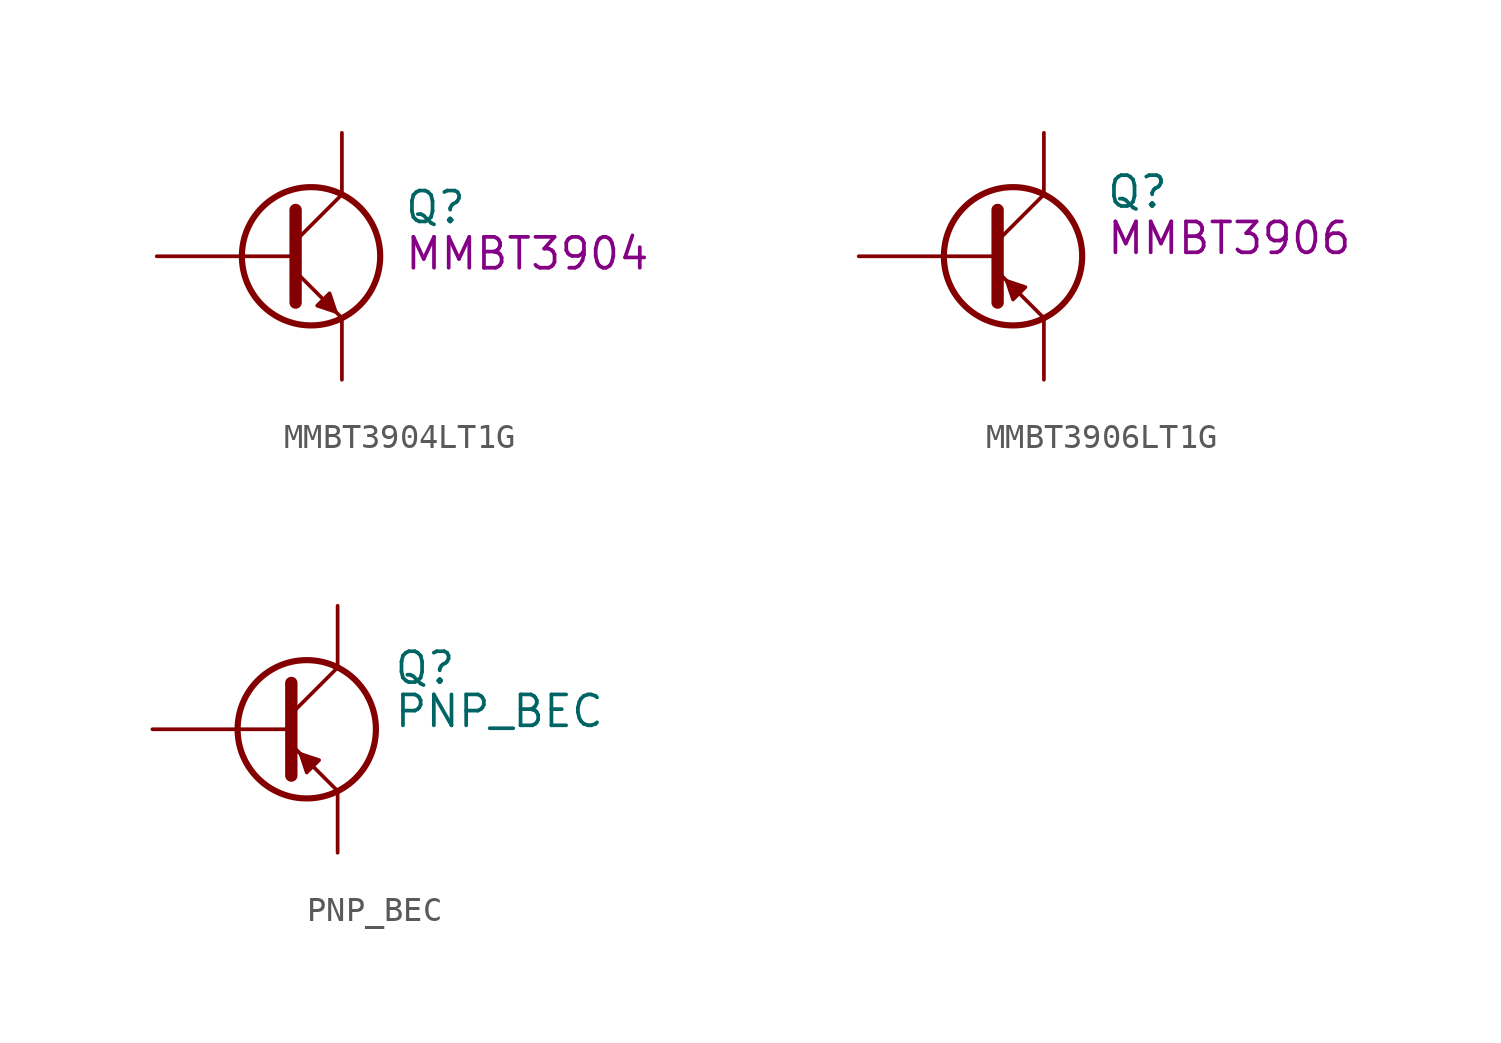
<source format=kicad_sym>
(kicad_symbol_lib
  (version 20220914)
  (generator kicad_symbol_editor)
  (symbol "MMBT3904LT1G"
    (pin_numbers hide)
    (pin_names
      (offset 1.016))
    (property "Reference" "Q"
      (at 5.08 1.27 0)
      (effects (font (size 1.27 1.27)) (justify left bottom)))
    (property "Base Part Number" "MMBT3904"
      (at 5.08 -0.635 0)
      (effects (font (size 1.27 1.27)) (justify left bottom)))
    (symbol "MMBT3904LT1G_0_1"
      (polyline (pts (xy 0.635 1.905) (xy 0.635 -1.905)) (stroke (width 0.508) (type solid)) (fill (type none)))
      (polyline (pts (xy 2.54 -2.54) (xy 0.635 -0.635)) (stroke (width 0) (type solid)) (fill (type none)))
      (polyline (pts (xy 2.54 2.54) (xy 0.635 0.635)) (stroke (width 0) (type solid)) (fill (type none)))
      (polyline (pts (xy 2.286 -2.286) (xy 2.032 -1.524) (xy 1.524 -2.032) (xy 2.286 -2.286)) (stroke (width 0) (type solid)) (fill (type outline)))
      (circle (center 1.27 0) (radius 2.845) (stroke (width 0.254) (type solid)) (fill (type none))))
    (symbol "MMBT3904LT1G_1_1"
      (pin passive line (at -5.08 0 0) (length 5.715) (name "~" (effects (font (size 1.27 1.27)))) (number "1" (effects (font (size 1.27 1.27)))))
      (pin passive line (at 2.54 -5.08 90) (length 2.54) (name "~" (effects (font (size 1.27 1.27)))) (number "2" (effects (font (size 1.27 1.27)))))
      (pin passive line (at 2.54 5.08 270) (length 2.54) (name "~" (effects (font (size 1.27 1.27)))) (number "3" (effects (font (size 1.27 1.27)))))))
  (symbol "MMBT3906LT1G"
    (pin_numbers hide)
    (pin_names
      (offset 1.016))
    (property "Reference" "Q"
      (at 5.08 1.905 0)
      (effects (font (size 1.27 1.27)) (justify left bottom)))
    (property "Base Part Number" "MMBT3906"
      (at 5.08 0 0)
      (effects (font (size 1.27 1.27)) (justify left bottom)))
    (symbol "MMBT3906LT1G_0_1"
      (polyline (pts (xy 0.635 1.905) (xy 0.635 -1.905)) (stroke (width 0.508) (type solid)) (fill (type none)))
      (polyline (pts (xy 2.54 -2.54) (xy 0.635 -0.635)) (stroke (width 0) (type solid)) (fill (type none)))
      (polyline (pts (xy 2.54 2.54) (xy 0.635 0.635)) (stroke (width 0) (type solid)) (fill (type none)))
      (polyline (pts (xy 1.016 -1.016) (xy 1.778 -1.27) (xy 1.27 -1.778) (xy 1.016 -1.016)) (stroke (width 0) (type solid)) (fill (type outline)))
      (circle (center 1.27 0) (radius 2.845) (stroke (width 0.254) (type solid)) (fill (type none))))
    (symbol "MMBT3906LT1G_1_1"
      (pin passive line (at -5.08 0 0) (length 5.715) (name "~" (effects (font (size 1.27 1.27)))) (number "1" (effects (font (size 1.27 1.27)))))
      (pin passive line (at 2.54 -5.08 90) (length 2.54) (name "~" (effects (font (size 1.27 1.27)))) (number "2" (effects (font (size 1.27 1.27)))))
      (pin passive line (at 2.54 5.08 270) (length 2.54) (name "~" (effects (font (size 1.27 1.27)))) (number "3" (effects (font (size 1.27 1.27)))))))
  (symbol "PNP_BEC"
    (pin_numbers hide)
    (pin_names
      (offset 1.016))
    (property "Reference" "Q"
      (at 4.826 1.778 0)
      (effects (font (size 1.27 1.27)) (justify left bottom)))
    (property "Value" "PNP_BEC"
      (at 4.826 0 0)
      (effects (font (size 1.27 1.27)) (justify left bottom)))
    (symbol "PNP_BEC_0_1"
      (polyline (pts (xy 0.635 1.905) (xy 0.635 -1.905)) (stroke (width 0.508) (type solid)) (fill (type none)))
      (polyline (pts (xy 2.54 -2.54) (xy 0.635 -0.635)) (stroke (width 0) (type solid)) (fill (type none)))
      (polyline (pts (xy 2.54 2.54) (xy 0.635 0.635)) (stroke (width 0) (type solid)) (fill (type none)))
      (polyline (pts (xy 1.016 -1.016) (xy 1.778 -1.27) (xy 1.27 -1.778) (xy 1.016 -1.016)) (stroke (width 0) (type solid)) (fill (type outline)))
      (circle (center 1.27 0) (radius 2.845) (stroke (width 0.254) (type solid)) (fill (type none))))
    (symbol "PNP_BEC_1_1"
      (pin passive line (at -5.08 0 0) (length 5.715) (name "~" (effects (font (size 1.27 1.27)))) (number "1" (effects (font (size 1.27 1.27)))))
      (pin passive line (at 2.54 -5.08 90) (length 2.54) (name "~" (effects (font (size 1.27 1.27)))) (number "2" (effects (font (size 1.27 1.27)))))
      (pin passive line (at 2.54 5.08 270) (length 2.54) (name "~" (effects (font (size 1.27 1.27)))) (number "3" (effects (font (size 1.27 1.27))))))))
</source>
